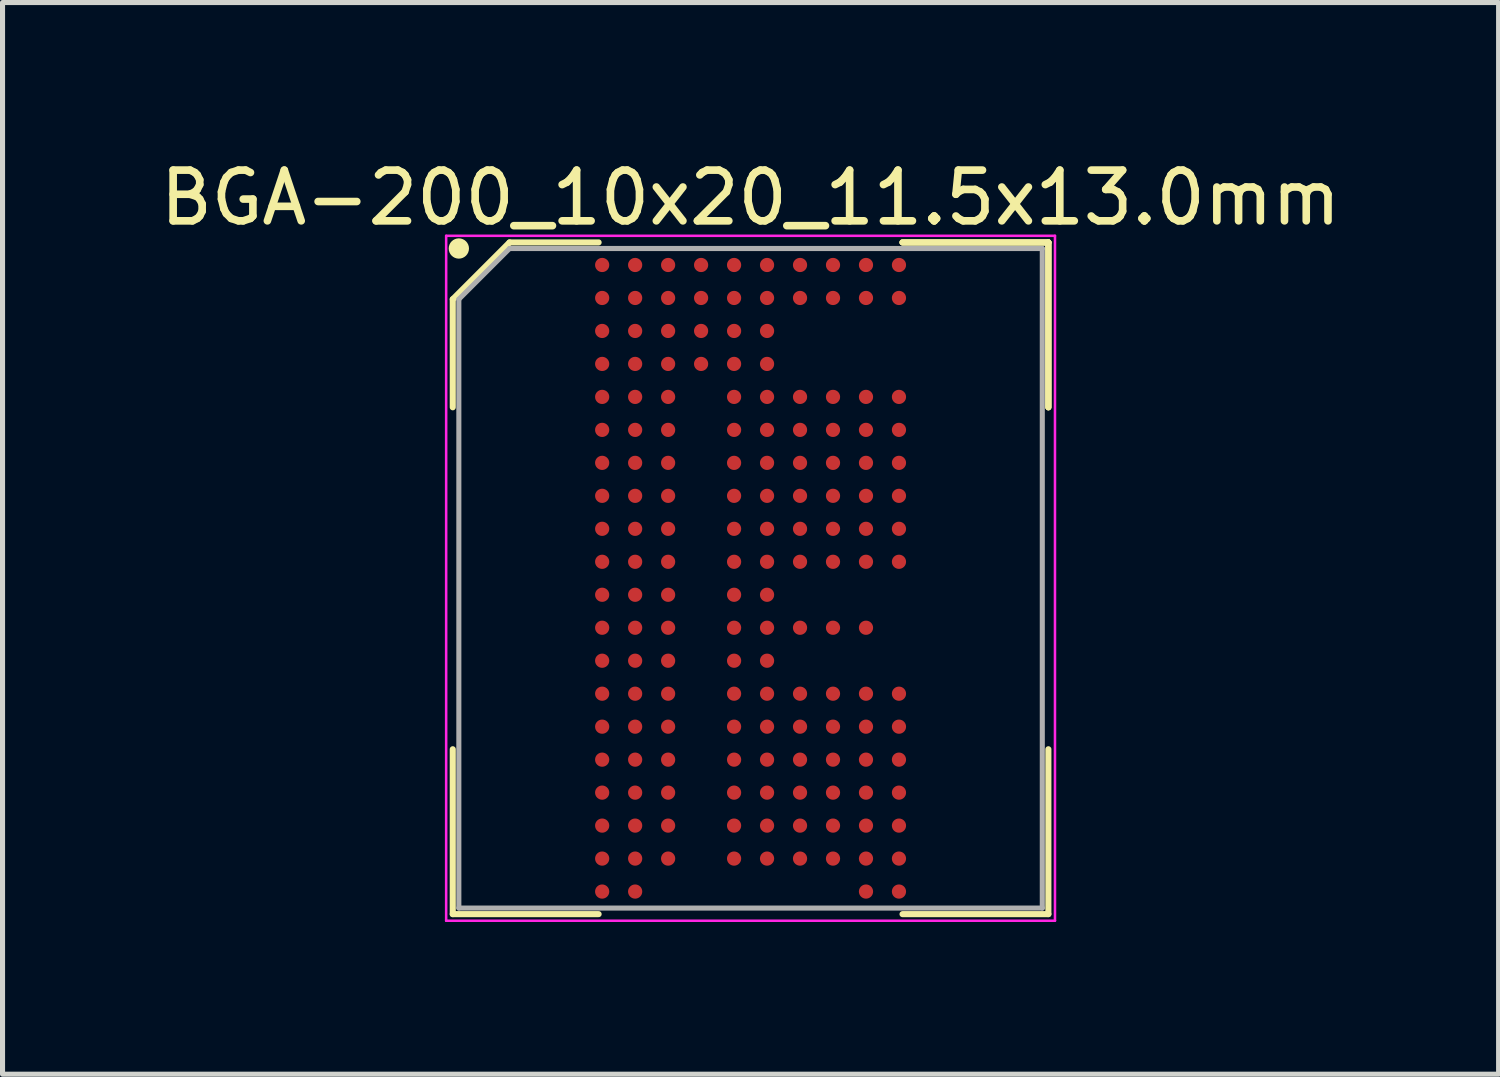
<source format=kicad_pcb>
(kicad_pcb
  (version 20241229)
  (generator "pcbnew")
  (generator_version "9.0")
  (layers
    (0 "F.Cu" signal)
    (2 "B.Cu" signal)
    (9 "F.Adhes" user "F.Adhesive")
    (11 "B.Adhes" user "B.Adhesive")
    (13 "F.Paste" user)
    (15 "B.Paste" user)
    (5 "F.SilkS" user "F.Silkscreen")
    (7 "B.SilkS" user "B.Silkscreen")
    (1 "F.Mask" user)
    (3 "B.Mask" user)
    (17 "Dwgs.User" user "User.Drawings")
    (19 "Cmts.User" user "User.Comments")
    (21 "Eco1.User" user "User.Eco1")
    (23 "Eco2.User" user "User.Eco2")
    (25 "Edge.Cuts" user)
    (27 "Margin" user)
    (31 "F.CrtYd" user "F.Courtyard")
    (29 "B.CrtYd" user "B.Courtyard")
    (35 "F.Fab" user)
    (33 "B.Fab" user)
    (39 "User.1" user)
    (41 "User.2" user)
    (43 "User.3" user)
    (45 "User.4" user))
  (footprint "BGA-200_10x20_11.5x13.0mm"
    (layer "F.Cu")
    (at 11.744 8.348)
    (property "Reference" "BGA-200_10x20_11.5x13.0mm" (at 0 -7.5 0) (layer "F.SilkS") (effects (font (size 1 1) (thickness 0.15))))
    (attr through_hole)
    (fp_line (start -5.87 -5.5) (end -5.87 -3.37) (stroke (width 0.12) (type solid)) (layer "F.SilkS"))
    (fp_line (start -5.87 6.62) (end -5.87 3.37) (stroke (width 0.12) (type solid)) (layer "F.SilkS"))
    (fp_line (start -4.75 -6.62) (end -5.87 -5.5) (stroke (width 0.12) (type solid)) (layer "F.SilkS"))
    (fp_line (start -2.995 -6.62) (end -4.75 -6.62) (stroke (width 0.12) (type solid)) (layer "F.SilkS"))
    (fp_line (start -2.995 6.62) (end -5.87 6.62) (stroke (width 0.12) (type solid)) (layer "F.SilkS"))
    (fp_line (start 2.995 -6.62) (end 5.87 -6.62) (stroke (width 0.12) (type solid)) (layer "F.SilkS"))
    (fp_line (start 2.995 -6.62) (end 5.87 -6.62) (stroke (width 0.12) (type solid)) (layer "F.SilkS"))
    (fp_line (start 2.995 -6.62) (end 5.87 -6.62) (stroke (width 0.12) (type solid)) (layer "F.SilkS"))
    (fp_line (start 2.995 6.62) (end 5.87 6.62) (stroke (width 0.12) (type solid)) (layer "F.SilkS"))
    (fp_line (start 5.87 -6.62) (end 5.87 -3.37) (stroke (width 0.12) (type solid)) (layer "F.SilkS"))
    (fp_line (start 5.87 -6.62) (end 5.87 -3.37) (stroke (width 0.12) (type solid)) (layer "F.SilkS"))
    (fp_line (start 5.87 -6.62) (end 5.87 -3.37) (stroke (width 0.12) (type solid)) (layer "F.SilkS"))
    (fp_line (start 5.87 6.62) (end 5.87 3.37) (stroke (width 0.12) (type solid)) (layer "F.SilkS"))
    (fp_circle (center -5.75 -6.5) (end -5.75 -6.4) (stroke (width 0.2) (type solid)) (fill no) (layer "F.SilkS"))
    (fp_line (start -6 -6.75) (end 6 -6.75) (stroke (width 0.05) (type solid)) (layer "F.CrtYd"))
    (fp_line (start -6 6.75) (end -6 -6.75) (stroke (width 0.05) (type solid)) (layer "F.CrtYd"))
    (fp_line (start 6 -6.75) (end 6 6.75) (stroke (width 0.05) (type solid)) (layer "F.CrtYd"))
    (fp_line (start 6 6.75) (end -6 6.75) (stroke (width 0.05) (type solid)) (layer "F.CrtYd"))
    (fp_line (start -5.75 -5.5) (end -5.75 6.5) (stroke (width 0.1) (type solid)) (layer "F.Fab"))
    (fp_line (start -5.75 6.5) (end 5.75 6.5) (stroke (width 0.1) (type solid)) (layer "F.Fab"))
    (fp_line (start -4.75 -6.5) (end -5.75 -5.5) (stroke (width 0.1) (type solid)) (layer "F.Fab"))
    (fp_line (start 5.75 -6.5) (end -4.75 -6.5) (stroke (width 0.1) (type solid)) (layer "F.Fab"))
    (fp_line (start 5.75 6.5) (end 5.75 -6.5) (stroke (width 0.1) (type solid)) (layer "F.Fab"))
    (pad "A1" smd circle (at -2.925 -6.175) (size 0.28 0.28) (layers "F.Cu" "F.Mask" "F.Paste"))
    (pad "A2" smd circle (at -2.275 -6.175) (size 0.28 0.28) (layers "F.Cu" "F.Mask" "F.Paste"))
    (pad "A3" smd circle (at -1.625 -6.175) (size 0.28 0.28) (layers "F.Cu" "F.Mask" "F.Paste"))
    (pad "A4" smd circle (at -0.975 -6.175) (size 0.28 0.28) (layers "F.Cu" "F.Mask" "F.Paste"))
    (pad "A5" smd circle (at -0.325 -6.175) (size 0.28 0.28) (layers "F.Cu" "F.Mask" "F.Paste"))
    (pad "A6" smd circle (at 0.325 -6.175) (size 0.28 0.28) (layers "F.Cu" "F.Mask" "F.Paste"))
    (pad "A7" smd circle (at 0.975 -6.175) (size 0.28 0.28) (layers "F.Cu" "F.Mask" "F.Paste"))
    (pad "A8" smd circle (at 1.625 -6.175) (size 0.28 0.28) (layers "F.Cu" "F.Mask" "F.Paste"))
    (pad "A9" smd circle (at 2.275 -6.175) (size 0.28 0.28) (layers "F.Cu" "F.Mask" "F.Paste"))
    (pad "A10" smd circle (at 2.925 -6.175) (size 0.28 0.28) (layers "F.Cu" "F.Mask" "F.Paste"))
    (pad "B1" smd circle (at -2.925 -5.525) (size 0.28 0.28) (layers "F.Cu" "F.Mask" "F.Paste"))
    (pad "B2" smd circle (at -2.275 -5.525) (size 0.28 0.28) (layers "F.Cu" "F.Mask" "F.Paste"))
    (pad "B3" smd circle (at -1.625 -5.525) (size 0.28 0.28) (layers "F.Cu" "F.Mask" "F.Paste"))
    (pad "B4" smd circle (at -0.975 -5.525) (size 0.28 0.28) (layers "F.Cu" "F.Mask" "F.Paste"))
    (pad "B5" smd circle (at -0.325 -5.525) (size 0.28 0.28) (layers "F.Cu" "F.Mask" "F.Paste"))
    (pad "B6" smd circle (at 0.325 -5.525) (size 0.28 0.28) (layers "F.Cu" "F.Mask" "F.Paste"))
    (pad "B7" smd circle (at 0.975 -5.525) (size 0.28 0.28) (layers "F.Cu" "F.Mask" "F.Paste"))
    (pad "B8" smd circle (at 1.625 -5.525) (size 0.28 0.28) (layers "F.Cu" "F.Mask" "F.Paste"))
    (pad "B9" smd circle (at 2.275 -5.525) (size 0.28 0.28) (layers "F.Cu" "F.Mask" "F.Paste"))
    (pad "B10" smd circle (at 2.925 -5.525) (size 0.28 0.28) (layers "F.Cu" "F.Mask" "F.Paste"))
    (pad "C1" smd circle (at -2.925 -4.875) (size 0.28 0.28) (layers "F.Cu" "F.Mask" "F.Paste"))
    (pad "C2" smd circle (at -2.275 -4.875) (size 0.28 0.28) (layers "F.Cu" "F.Mask" "F.Paste"))
    (pad "C3" smd circle (at -1.625 -4.875) (size 0.28 0.28) (layers "F.Cu" "F.Mask" "F.Paste"))
    (pad "C4" smd circle (at -0.975 -4.875) (size 0.28 0.28) (layers "F.Cu" "F.Mask" "F.Paste"))
    (pad "C5" smd circle (at -0.325 -4.875) (size 0.28 0.28) (layers "F.Cu" "F.Mask" "F.Paste"))
    (pad "C6" smd circle (at 0.325 -4.875) (size 0.28 0.28) (layers "F.Cu" "F.Mask" "F.Paste"))
    (pad "D1" smd circle (at -2.925 -4.225) (size 0.28 0.28) (layers "F.Cu" "F.Mask" "F.Paste"))
    (pad "D2" smd circle (at -2.275 -4.225) (size 0.28 0.28) (layers "F.Cu" "F.Mask" "F.Paste"))
    (pad "D3" smd circle (at -1.625 -4.225) (size 0.28 0.28) (layers "F.Cu" "F.Mask" "F.Paste"))
    (pad "D4" smd circle (at -0.975 -4.225) (size 0.28 0.28) (layers "F.Cu" "F.Mask" "F.Paste"))
    (pad "D5" smd circle (at -0.325 -4.225) (size 0.28 0.28) (layers "F.Cu" "F.Mask" "F.Paste"))
    (pad "D6" smd circle (at 0.325 -4.225) (size 0.28 0.28) (layers "F.Cu" "F.Mask" "F.Paste"))
    (pad "E1" smd circle (at -2.925 -3.575) (size 0.28 0.28) (layers "F.Cu" "F.Mask" "F.Paste"))
    (pad "E2" smd circle (at -2.275 -3.575) (size 0.28 0.28) (layers "F.Cu" "F.Mask" "F.Paste"))
    (pad "E3" smd circle (at -1.625 -3.575) (size 0.28 0.28) (layers "F.Cu" "F.Mask" "F.Paste"))
    (pad "E5" smd circle (at -0.325 -3.575) (size 0.28 0.28) (layers "F.Cu" "F.Mask" "F.Paste"))
    (pad "E6" smd circle (at 0.325 -3.575) (size 0.28 0.28) (layers "F.Cu" "F.Mask" "F.Paste"))
    (pad "E7" smd circle (at 0.975 -3.575) (size 0.28 0.28) (layers "F.Cu" "F.Mask" "F.Paste"))
    (pad "E8" smd circle (at 1.625 -3.575) (size 0.28 0.28) (layers "F.Cu" "F.Mask" "F.Paste"))
    (pad "E9" smd circle (at 2.275 -3.575) (size 0.28 0.28) (layers "F.Cu" "F.Mask" "F.Paste"))
    (pad "E10" smd circle (at 2.925 -3.575) (size 0.28 0.28) (layers "F.Cu" "F.Mask" "F.Paste"))
    (pad "F1" smd circle (at -2.925 -2.925) (size 0.28 0.28) (layers "F.Cu" "F.Mask" "F.Paste"))
    (pad "F2" smd circle (at -2.275 -2.925) (size 0.28 0.28) (layers "F.Cu" "F.Mask" "F.Paste"))
    (pad "F3" smd circle (at -1.625 -2.925) (size 0.28 0.28) (layers "F.Cu" "F.Mask" "F.Paste"))
    (pad "F5" smd circle (at -0.325 -2.925) (size 0.28 0.28) (layers "F.Cu" "F.Mask" "F.Paste"))
    (pad "F6" smd circle (at 0.325 -2.925) (size 0.28 0.28) (layers "F.Cu" "F.Mask" "F.Paste"))
    (pad "F7" smd circle (at 0.975 -2.925) (size 0.28 0.28) (layers "F.Cu" "F.Mask" "F.Paste"))
    (pad "F8" smd circle (at 1.625 -2.925) (size 0.28 0.28) (layers "F.Cu" "F.Mask" "F.Paste"))
    (pad "F9" smd circle (at 2.275 -2.925) (size 0.28 0.28) (layers "F.Cu" "F.Mask" "F.Paste"))
    (pad "F10" smd circle (at 2.925 -2.925) (size 0.28 0.28) (layers "F.Cu" "F.Mask" "F.Paste"))
    (pad "G1" smd circle (at -2.925 -2.275) (size 0.28 0.28) (layers "F.Cu" "F.Mask" "F.Paste"))
    (pad "G2" smd circle (at -2.275 -2.275) (size 0.28 0.28) (layers "F.Cu" "F.Mask" "F.Paste"))
    (pad "G3" smd circle (at -1.625 -2.275) (size 0.28 0.28) (layers "F.Cu" "F.Mask" "F.Paste"))
    (pad "G5" smd circle (at -0.325 -2.275) (size 0.28 0.28) (layers "F.Cu" "F.Mask" "F.Paste"))
    (pad "G6" smd circle (at 0.325 -2.275) (size 0.28 0.28) (layers "F.Cu" "F.Mask" "F.Paste"))
    (pad "G7" smd circle (at 0.975 -2.275) (size 0.28 0.28) (layers "F.Cu" "F.Mask" "F.Paste"))
    (pad "G8" smd circle (at 1.625 -2.275) (size 0.28 0.28) (layers "F.Cu" "F.Mask" "F.Paste"))
    (pad "G9" smd circle (at 2.275 -2.275) (size 0.28 0.28) (layers "F.Cu" "F.Mask" "F.Paste"))
    (pad "G10" smd circle (at 2.925 -2.275) (size 0.28 0.28) (layers "F.Cu" "F.Mask" "F.Paste"))
    (pad "H1" smd circle (at -2.925 -1.625) (size 0.28 0.28) (layers "F.Cu" "F.Mask" "F.Paste"))
    (pad "H2" smd circle (at -2.275 -1.625) (size 0.28 0.28) (layers "F.Cu" "F.Mask" "F.Paste"))
    (pad "H3" smd circle (at -1.625 -1.625) (size 0.28 0.28) (layers "F.Cu" "F.Mask" "F.Paste"))
    (pad "H5" smd circle (at -0.325 -1.625) (size 0.28 0.28) (layers "F.Cu" "F.Mask" "F.Paste"))
    (pad "H6" smd circle (at 0.325 -1.625) (size 0.28 0.28) (layers "F.Cu" "F.Mask" "F.Paste"))
    (pad "H7" smd circle (at 0.975 -1.625) (size 0.28 0.28) (layers "F.Cu" "F.Mask" "F.Paste"))
    (pad "H8" smd circle (at 1.625 -1.625) (size 0.28 0.28) (layers "F.Cu" "F.Mask" "F.Paste"))
    (pad "H9" smd circle (at 2.275 -1.625) (size 0.28 0.28) (layers "F.Cu" "F.Mask" "F.Paste"))
    (pad "H10" smd circle (at 2.925 -1.625) (size 0.28 0.28) (layers "F.Cu" "F.Mask" "F.Paste"))
    (pad "J1" smd circle (at -2.925 -0.975) (size 0.28 0.28) (layers "F.Cu" "F.Mask" "F.Paste"))
    (pad "J2" smd circle (at -2.275 -0.975) (size 0.28 0.28) (layers "F.Cu" "F.Mask" "F.Paste"))
    (pad "J3" smd circle (at -1.625 -0.975) (size 0.28 0.28) (layers "F.Cu" "F.Mask" "F.Paste"))
    (pad "J5" smd circle (at -0.325 -0.975) (size 0.28 0.28) (layers "F.Cu" "F.Mask" "F.Paste"))
    (pad "J6" smd circle (at 0.325 -0.975) (size 0.28 0.28) (layers "F.Cu" "F.Mask" "F.Paste"))
    (pad "J7" smd circle (at 0.975 -0.975) (size 0.28 0.28) (layers "F.Cu" "F.Mask" "F.Paste"))
    (pad "J8" smd circle (at 1.625 -0.975) (size 0.28 0.28) (layers "F.Cu" "F.Mask" "F.Paste"))
    (pad "J9" smd circle (at 2.275 -0.975) (size 0.28 0.28) (layers "F.Cu" "F.Mask" "F.Paste"))
    (pad "J10" smd circle (at 2.925 -0.975) (size 0.28 0.28) (layers "F.Cu" "F.Mask" "F.Paste"))
    (pad "K1" smd circle (at -2.925 -0.325) (size 0.28 0.28) (layers "F.Cu" "F.Mask" "F.Paste"))
    (pad "K2" smd circle (at -2.275 -0.325) (size 0.28 0.28) (layers "F.Cu" "F.Mask" "F.Paste"))
    (pad "K3" smd circle (at -1.625 -0.325) (size 0.28 0.28) (layers "F.Cu" "F.Mask" "F.Paste"))
    (pad "K5" smd circle (at -0.325 -0.325) (size 0.28 0.28) (layers "F.Cu" "F.Mask" "F.Paste"))
    (pad "K6" smd circle (at 0.325 -0.325) (size 0.28 0.28) (layers "F.Cu" "F.Mask" "F.Paste"))
    (pad "K7" smd circle (at 0.975 -0.325) (size 0.28 0.28) (layers "F.Cu" "F.Mask" "F.Paste"))
    (pad "K8" smd circle (at 1.625 -0.325) (size 0.28 0.28) (layers "F.Cu" "F.Mask" "F.Paste"))
    (pad "K9" smd circle (at 2.275 -0.325) (size 0.28 0.28) (layers "F.Cu" "F.Mask" "F.Paste"))
    (pad "K10" smd circle (at 2.925 -0.325) (size 0.28 0.28) (layers "F.Cu" "F.Mask" "F.Paste"))
    (pad "L1" smd circle (at -2.925 0.325) (size 0.28 0.28) (layers "F.Cu" "F.Mask" "F.Paste"))
    (pad "L2" smd circle (at -2.275 0.325) (size 0.28 0.28) (layers "F.Cu" "F.Mask" "F.Paste"))
    (pad "L3" smd circle (at -1.625 0.325) (size 0.28 0.28) (layers "F.Cu" "F.Mask" "F.Paste"))
    (pad "L5" smd circle (at -0.325 0.325) (size 0.28 0.28) (layers "F.Cu" "F.Mask" "F.Paste"))
    (pad "L6" smd circle (at 0.325 0.325) (size 0.28 0.28) (layers "F.Cu" "F.Mask" "F.Paste"))
    (pad "M1" smd circle (at -2.925 0.975) (size 0.28 0.28) (layers "F.Cu" "F.Mask" "F.Paste"))
    (pad "M2" smd circle (at -2.275 0.975) (size 0.28 0.28) (layers "F.Cu" "F.Mask" "F.Paste"))
    (pad "M3" smd circle (at -1.625 0.975) (size 0.28 0.28) (layers "F.Cu" "F.Mask" "F.Paste"))
    (pad "M5" smd circle (at -0.325 0.975) (size 0.28 0.28) (layers "F.Cu" "F.Mask" "F.Paste"))
    (pad "M6" smd circle (at 0.325 0.975) (size 0.28 0.28) (layers "F.Cu" "F.Mask" "F.Paste"))
    (pad "M7" smd circle (at 0.975 0.975) (size 0.28 0.28) (layers "F.Cu" "F.Mask" "F.Paste"))
    (pad "M8" smd circle (at 1.625 0.975) (size 0.28 0.28) (layers "F.Cu" "F.Mask" "F.Paste"))
    (pad "M9" smd circle (at 2.275 0.975) (size 0.28 0.28) (layers "F.Cu" "F.Mask" "F.Paste"))
    (pad "N1" smd circle (at -2.925 1.625) (size 0.28 0.28) (layers "F.Cu" "F.Mask" "F.Paste"))
    (pad "N2" smd circle (at -2.275 1.625) (size 0.28 0.28) (layers "F.Cu" "F.Mask" "F.Paste"))
    (pad "N3" smd circle (at -1.625 1.625) (size 0.28 0.28) (layers "F.Cu" "F.Mask" "F.Paste"))
    (pad "N5" smd circle (at -0.325 1.625) (size 0.28 0.28) (layers "F.Cu" "F.Mask" "F.Paste"))
    (pad "N6" smd circle (at 0.325 1.625) (size 0.28 0.28) (layers "F.Cu" "F.Mask" "F.Paste"))
    (pad "P1" smd circle (at -2.925 2.275) (size 0.28 0.28) (layers "F.Cu" "F.Mask" "F.Paste"))
    (pad "P2" smd circle (at -2.275 2.275) (size 0.28 0.28) (layers "F.Cu" "F.Mask" "F.Paste"))
    (pad "P3" smd circle (at -1.625 2.275) (size 0.28 0.28) (layers "F.Cu" "F.Mask" "F.Paste"))
    (pad "P5" smd circle (at -0.325 2.275) (size 0.28 0.28) (layers "F.Cu" "F.Mask" "F.Paste"))
    (pad "P6" smd circle (at 0.325 2.275) (size 0.28 0.28) (layers "F.Cu" "F.Mask" "F.Paste"))
    (pad "P7" smd circle (at 0.975 2.275) (size 0.28 0.28) (layers "F.Cu" "F.Mask" "F.Paste"))
    (pad "P8" smd circle (at 1.625 2.275) (size 0.28 0.28) (layers "F.Cu" "F.Mask" "F.Paste"))
    (pad "P9" smd circle (at 2.275 2.275) (size 0.28 0.28) (layers "F.Cu" "F.Mask" "F.Paste"))
    (pad "P10" smd circle (at 2.925 2.275) (size 0.28 0.28) (layers "F.Cu" "F.Mask" "F.Paste"))
    (pad "R1" smd circle (at -2.925 2.925) (size 0.28 0.28) (layers "F.Cu" "F.Mask" "F.Paste"))
    (pad "R2" smd circle (at -2.275 2.925) (size 0.28 0.28) (layers "F.Cu" "F.Mask" "F.Paste"))
    (pad "R3" smd circle (at -1.625 2.925) (size 0.28 0.28) (layers "F.Cu" "F.Mask" "F.Paste"))
    (pad "R5" smd circle (at -0.325 2.925) (size 0.28 0.28) (layers "F.Cu" "F.Mask" "F.Paste"))
    (pad "R6" smd circle (at 0.325 2.925) (size 0.28 0.28) (layers "F.Cu" "F.Mask" "F.Paste"))
    (pad "R7" smd circle (at 0.975 2.925) (size 0.28 0.28) (layers "F.Cu" "F.Mask" "F.Paste"))
    (pad "R8" smd circle (at 1.625 2.925) (size 0.28 0.28) (layers "F.Cu" "F.Mask" "F.Paste"))
    (pad "R9" smd circle (at 2.275 2.925) (size 0.28 0.28) (layers "F.Cu" "F.Mask" "F.Paste"))
    (pad "R10" smd circle (at 2.925 2.925) (size 0.28 0.28) (layers "F.Cu" "F.Mask" "F.Paste"))
    (pad "T1" smd circle (at -2.925 3.575) (size 0.28 0.28) (layers "F.Cu" "F.Mask" "F.Paste"))
    (pad "T2" smd circle (at -2.275 3.575) (size 0.28 0.28) (layers "F.Cu" "F.Mask" "F.Paste"))
    (pad "T3" smd circle (at -1.625 3.575) (size 0.28 0.28) (layers "F.Cu" "F.Mask" "F.Paste"))
    (pad "T5" smd circle (at -0.325 3.575) (size 0.28 0.28) (layers "F.Cu" "F.Mask" "F.Paste"))
    (pad "T6" smd circle (at 0.325 3.575) (size 0.28 0.28) (layers "F.Cu" "F.Mask" "F.Paste"))
    (pad "T7" smd circle (at 0.975 3.575) (size 0.28 0.28) (layers "F.Cu" "F.Mask" "F.Paste"))
    (pad "T8" smd circle (at 1.625 3.575) (size 0.28 0.28) (layers "F.Cu" "F.Mask" "F.Paste"))
    (pad "T9" smd circle (at 2.275 3.575) (size 0.28 0.28) (layers "F.Cu" "F.Mask" "F.Paste"))
    (pad "T10" smd circle (at 2.925 3.575) (size 0.28 0.28) (layers "F.Cu" "F.Mask" "F.Paste"))
    (pad "U1" smd circle (at -2.925 4.225) (size 0.28 0.28) (layers "F.Cu" "F.Mask" "F.Paste"))
    (pad "U2" smd circle (at -2.275 4.225) (size 0.28 0.28) (layers "F.Cu" "F.Mask" "F.Paste"))
    (pad "U3" smd circle (at -1.625 4.225) (size 0.28 0.28) (layers "F.Cu" "F.Mask" "F.Paste"))
    (pad "U5" smd circle (at -0.325 4.225) (size 0.28 0.28) (layers "F.Cu" "F.Mask" "F.Paste"))
    (pad "U6" smd circle (at 0.325 4.225) (size 0.28 0.28) (layers "F.Cu" "F.Mask" "F.Paste"))
    (pad "U7" smd circle (at 0.975 4.225) (size 0.28 0.28) (layers "F.Cu" "F.Mask" "F.Paste"))
    (pad "U8" smd circle (at 1.625 4.225) (size 0.28 0.28) (layers "F.Cu" "F.Mask" "F.Paste"))
    (pad "U9" smd circle (at 2.275 4.225) (size 0.28 0.28) (layers "F.Cu" "F.Mask" "F.Paste"))
    (pad "U10" smd circle (at 2.925 4.225) (size 0.28 0.28) (layers "F.Cu" "F.Mask" "F.Paste"))
    (pad "V1" smd circle (at -2.925 4.875) (size 0.28 0.28) (layers "F.Cu" "F.Mask" "F.Paste"))
    (pad "V2" smd circle (at -2.275 4.875) (size 0.28 0.28) (layers "F.Cu" "F.Mask" "F.Paste"))
    (pad "V3" smd circle (at -1.625 4.875) (size 0.28 0.28) (layers "F.Cu" "F.Mask" "F.Paste"))
    (pad "V5" smd circle (at -0.325 4.875) (size 0.28 0.28) (layers "F.Cu" "F.Mask" "F.Paste"))
    (pad "V6" smd circle (at 0.325 4.875) (size 0.28 0.28) (layers "F.Cu" "F.Mask" "F.Paste"))
    (pad "V7" smd circle (at 0.975 4.875) (size 0.28 0.28) (layers "F.Cu" "F.Mask" "F.Paste"))
    (pad "V8" smd circle (at 1.625 4.875) (size 0.28 0.28) (layers "F.Cu" "F.Mask" "F.Paste"))
    (pad "V9" smd circle (at 2.275 4.875) (size 0.28 0.28) (layers "F.Cu" "F.Mask" "F.Paste"))
    (pad "V10" smd circle (at 2.925 4.875) (size 0.28 0.28) (layers "F.Cu" "F.Mask" "F.Paste"))
    (pad "W1" smd circle (at -2.925 5.525) (size 0.28 0.28) (layers "F.Cu" "F.Mask" "F.Paste"))
    (pad "W2" smd circle (at -2.275 5.525) (size 0.28 0.28) (layers "F.Cu" "F.Mask" "F.Paste"))
    (pad "W3" smd circle (at -1.625 5.525) (size 0.28 0.28) (layers "F.Cu" "F.Mask" "F.Paste"))
    (pad "W5" smd circle (at -0.325 5.525) (size 0.28 0.28) (layers "F.Cu" "F.Mask" "F.Paste"))
    (pad "W6" smd circle (at 0.325 5.525) (size 0.28 0.28) (layers "F.Cu" "F.Mask" "F.Paste"))
    (pad "W7" smd circle (at 0.975 5.525) (size 0.28 0.28) (layers "F.Cu" "F.Mask" "F.Paste"))
    (pad "W8" smd circle (at 1.625 5.525) (size 0.28 0.28) (layers "F.Cu" "F.Mask" "F.Paste"))
    (pad "W9" smd circle (at 2.275 5.525) (size 0.28 0.28) (layers "F.Cu" "F.Mask" "F.Paste"))
    (pad "W10" smd circle (at 2.925 5.525) (size 0.28 0.28) (layers "F.Cu" "F.Mask" "F.Paste"))
    (pad "Y1" smd circle (at -2.925 6.175) (size 0.28 0.28) (layers "F.Cu" "F.Mask" "F.Paste"))
    (pad "Y2" smd circle (at -2.275 6.175) (size 0.28 0.28) (layers "F.Cu" "F.Mask" "F.Paste"))
    (pad "Y9" smd circle (at 2.275 6.175) (size 0.28 0.28) (layers "F.Cu" "F.Mask" "F.Paste"))
    (pad "Y10" smd circle (at 2.925 6.175) (size 0.28 0.28) (layers "F.Cu" "F.Mask" "F.Paste")))
  (gr_rect
    (start -3 -3)
    (end 26.488 18.123)
    (stroke (width 0.1) (type default))
    (fill no)
    (layer "Edge.Cuts")))
</source>
